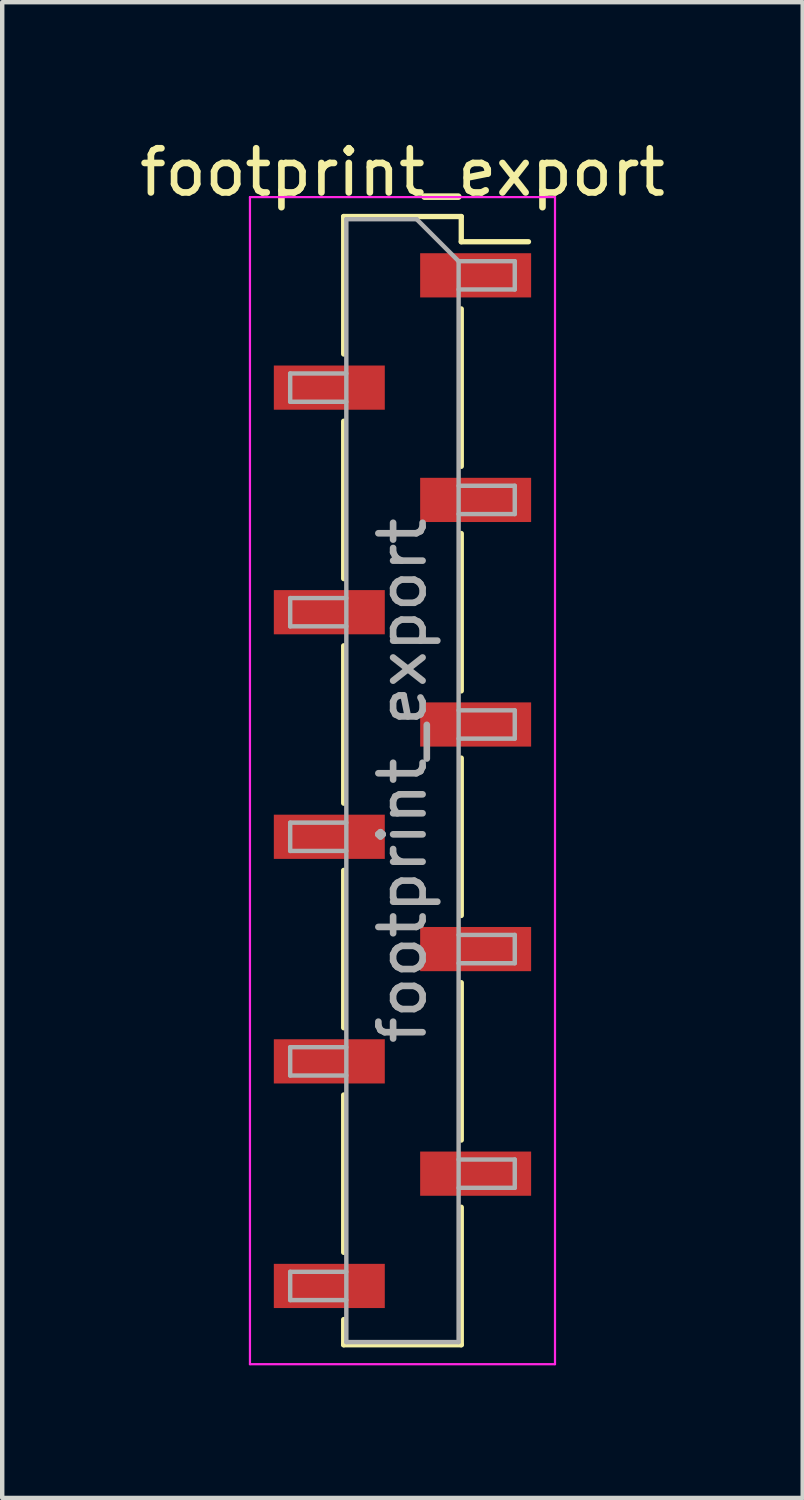
<source format=kicad_pcb>
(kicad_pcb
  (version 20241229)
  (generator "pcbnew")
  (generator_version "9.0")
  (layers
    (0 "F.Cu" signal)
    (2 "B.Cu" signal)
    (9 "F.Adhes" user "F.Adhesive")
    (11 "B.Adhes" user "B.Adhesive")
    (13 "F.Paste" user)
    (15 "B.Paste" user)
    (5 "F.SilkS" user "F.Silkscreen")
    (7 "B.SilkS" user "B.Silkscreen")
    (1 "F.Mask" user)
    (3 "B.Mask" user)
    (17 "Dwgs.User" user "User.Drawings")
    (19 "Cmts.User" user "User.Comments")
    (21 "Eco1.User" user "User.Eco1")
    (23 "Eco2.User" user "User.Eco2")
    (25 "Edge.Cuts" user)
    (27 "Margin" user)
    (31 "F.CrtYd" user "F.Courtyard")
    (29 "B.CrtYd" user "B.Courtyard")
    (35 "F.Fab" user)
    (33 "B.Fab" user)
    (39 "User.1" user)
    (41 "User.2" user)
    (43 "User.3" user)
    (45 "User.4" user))
  (footprint "footprint_export"
    (layer "F.Cu")
    (at 6.054 14.608)
    (property "Reference" "footprint_export" (at 0 -13.76 0) (layer "F.SilkS") (effects (font (size 1 1) (thickness 0.15))))
    (attr smd)
    (fp_line (start -1.33 -12.76) (end -1.33 -9.65) (stroke (width 0.12) (type solid)) (layer "F.SilkS"))
    (fp_line (start -1.33 -12.76) (end 1.33 -12.76) (stroke (width 0.12) (type solid)) (layer "F.SilkS"))
    (fp_line (start -1.33 -8.13) (end -1.33 -4.57) (stroke (width 0.12) (type solid)) (layer "F.SilkS"))
    (fp_line (start -1.33 -3.05) (end -1.33 0.51) (stroke (width 0.12) (type solid)) (layer "F.SilkS"))
    (fp_line (start -1.33 2.03) (end -1.33 5.59) (stroke (width 0.12) (type solid)) (layer "F.SilkS"))
    (fp_line (start -1.33 7.11) (end -1.33 10.67) (stroke (width 0.12) (type solid)) (layer "F.SilkS"))
    (fp_line (start -1.33 12.19) (end -1.33 12.76) (stroke (width 0.12) (type solid)) (layer "F.SilkS"))
    (fp_line (start -1.33 12.76) (end 1.33 12.76) (stroke (width 0.12) (type solid)) (layer "F.SilkS"))
    (fp_line (start 1.33 -12.76) (end 1.33 -12.19) (stroke (width 0.12) (type solid)) (layer "F.SilkS"))
    (fp_line (start 1.33 -12.19) (end 2.85 -12.19) (stroke (width 0.12) (type solid)) (layer "F.SilkS"))
    (fp_line (start 1.33 -10.67) (end 1.33 -7.11) (stroke (width 0.12) (type solid)) (layer "F.SilkS"))
    (fp_line (start 1.33 -5.59) (end 1.33 -2.03) (stroke (width 0.12) (type solid)) (layer "F.SilkS"))
    (fp_line (start 1.33 -0.51) (end 1.33 3.05) (stroke (width 0.12) (type solid)) (layer "F.SilkS"))
    (fp_line (start 1.33 4.57) (end 1.33 8.13) (stroke (width 0.12) (type solid)) (layer "F.SilkS"))
    (fp_line (start 1.33 9.65) (end 1.33 12.76) (stroke (width 0.12) (type solid)) (layer "F.SilkS"))
    (fp_line (start -3.45 -13.2) (end -3.45 13.2) (stroke (width 0.05) (type solid)) (layer "F.CrtYd"))
    (fp_line (start -3.45 13.2) (end 3.45 13.2) (stroke (width 0.05) (type solid)) (layer "F.CrtYd"))
    (fp_line (start 3.45 -13.2) (end -3.45 -13.2) (stroke (width 0.05) (type solid)) (layer "F.CrtYd"))
    (fp_line (start 3.45 13.2) (end 3.45 -13.2) (stroke (width 0.05) (type solid)) (layer "F.CrtYd"))
    (fp_line (start -2.54 -9.21) (end -2.54 -8.57) (stroke (width 0.1) (type solid)) (layer "F.Fab"))
    (fp_line (start -2.54 -8.57) (end -1.27 -8.57) (stroke (width 0.1) (type solid)) (layer "F.Fab"))
    (fp_line (start -2.54 -4.13) (end -2.54 -3.49) (stroke (width 0.1) (type solid)) (layer "F.Fab"))
    (fp_line (start -2.54 -3.49) (end -1.27 -3.49) (stroke (width 0.1) (type solid)) (layer "F.Fab"))
    (fp_line (start -2.54 0.95) (end -2.54 1.59) (stroke (width 0.1) (type solid)) (layer "F.Fab"))
    (fp_line (start -2.54 1.59) (end -1.27 1.59) (stroke (width 0.1) (type solid)) (layer "F.Fab"))
    (fp_line (start -2.54 6.03) (end -2.54 6.67) (stroke (width 0.1) (type solid)) (layer "F.Fab"))
    (fp_line (start -2.54 6.67) (end -1.27 6.67) (stroke (width 0.1) (type solid)) (layer "F.Fab"))
    (fp_line (start -2.54 11.11) (end -2.54 11.75) (stroke (width 0.1) (type solid)) (layer "F.Fab"))
    (fp_line (start -2.54 11.75) (end -1.27 11.75) (stroke (width 0.1) (type solid)) (layer "F.Fab"))
    (fp_line (start -1.27 -12.7) (end -1.27 12.7) (stroke (width 0.1) (type solid)) (layer "F.Fab"))
    (fp_line (start -1.27 -12.7) (end 0.32 -12.7) (stroke (width 0.1) (type solid)) (layer "F.Fab"))
    (fp_line (start -1.27 -9.21) (end -2.54 -9.21) (stroke (width 0.1) (type solid)) (layer "F.Fab"))
    (fp_line (start -1.27 -4.13) (end -2.54 -4.13) (stroke (width 0.1) (type solid)) (layer "F.Fab"))
    (fp_line (start -1.27 0.95) (end -2.54 0.95) (stroke (width 0.1) (type solid)) (layer "F.Fab"))
    (fp_line (start -1.27 6.03) (end -2.54 6.03) (stroke (width 0.1) (type solid)) (layer "F.Fab"))
    (fp_line (start -1.27 11.11) (end -2.54 11.11) (stroke (width 0.1) (type solid)) (layer "F.Fab"))
    (fp_line (start 1.27 -11.75) (end 0.32 -12.7) (stroke (width 0.1) (type solid)) (layer "F.Fab"))
    (fp_line (start 1.27 -11.75) (end 2.54 -11.75) (stroke (width 0.1) (type solid)) (layer "F.Fab"))
    (fp_line (start 1.27 -6.67) (end 2.54 -6.67) (stroke (width 0.1) (type solid)) (layer "F.Fab"))
    (fp_line (start 1.27 -1.59) (end 2.54 -1.59) (stroke (width 0.1) (type solid)) (layer "F.Fab"))
    (fp_line (start 1.27 3.49) (end 2.54 3.49) (stroke (width 0.1) (type solid)) (layer "F.Fab"))
    (fp_line (start 1.27 8.57) (end 2.54 8.57) (stroke (width 0.1) (type solid)) (layer "F.Fab"))
    (fp_line (start 1.27 12.7) (end -1.27 12.7) (stroke (width 0.1) (type solid)) (layer "F.Fab"))
    (fp_line (start 1.27 12.7) (end 1.27 -11.75) (stroke (width 0.1) (type solid)) (layer "F.Fab"))
    (fp_line (start 2.54 -11.75) (end 2.54 -11.11) (stroke (width 0.1) (type solid)) (layer "F.Fab"))
    (fp_line (start 2.54 -11.11) (end 1.27 -11.11) (stroke (width 0.1) (type solid)) (layer "F.Fab"))
    (fp_line (start 2.54 -6.67) (end 2.54 -6.03) (stroke (width 0.1) (type solid)) (layer "F.Fab"))
    (fp_line (start 2.54 -6.03) (end 1.27 -6.03) (stroke (width 0.1) (type solid)) (layer "F.Fab"))
    (fp_line (start 2.54 -1.59) (end 2.54 -0.95) (stroke (width 0.1) (type solid)) (layer "F.Fab"))
    (fp_line (start 2.54 -0.95) (end 1.27 -0.95) (stroke (width 0.1) (type solid)) (layer "F.Fab"))
    (fp_line (start 2.54 3.49) (end 2.54 4.13) (stroke (width 0.1) (type solid)) (layer "F.Fab"))
    (fp_line (start 2.54 4.13) (end 1.27 4.13) (stroke (width 0.1) (type solid)) (layer "F.Fab"))
    (fp_line (start 2.54 8.57) (end 2.54 9.21) (stroke (width 0.1) (type solid)) (layer "F.Fab"))
    (fp_line (start 2.54 9.21) (end 1.27 9.21) (stroke (width 0.1) (type solid)) (layer "F.Fab"))
    (fp_text user "${REFERENCE}" (at 0 0 90) (layer "F.Fab") (effects (font (size 1 1) (thickness 0.15))))
    (pad "1" smd rect (at 1.655 -11.43) (size 2.51 1) (layers "F.Cu" "F.Mask" "F.Paste"))
    (pad "2" smd rect (at -1.655 -8.89) (size 2.51 1) (layers "F.Cu" "F.Mask" "F.Paste"))
    (pad "3" smd rect (at 1.655 -6.35) (size 2.51 1) (layers "F.Cu" "F.Mask" "F.Paste"))
    (pad "4" smd rect (at -1.655 -3.81) (size 2.51 1) (layers "F.Cu" "F.Mask" "F.Paste"))
    (pad "5" smd rect (at 1.655 -1.27) (size 2.51 1) (layers "F.Cu" "F.Mask" "F.Paste"))
    (pad "6" smd rect (at -1.655 1.27) (size 2.51 1) (layers "F.Cu" "F.Mask" "F.Paste"))
    (pad "7" smd rect (at 1.655 3.81) (size 2.51 1) (layers "F.Cu" "F.Mask" "F.Paste"))
    (pad "8" smd rect (at -1.655 6.35) (size 2.51 1) (layers "F.Cu" "F.Mask" "F.Paste"))
    (pad "9" smd rect (at 1.655 8.89) (size 2.51 1) (layers "F.Cu" "F.Mask" "F.Paste"))
    (pad "10" smd rect (at -1.655 11.43) (size 2.51 1) (layers "F.Cu" "F.Mask" "F.Paste")))
  (gr_rect
    (start -3 -3)
    (end 15.107 30.833)
    (stroke (width 0.1) (type default))
    (fill no)
    (layer "Edge.Cuts")))
</source>
